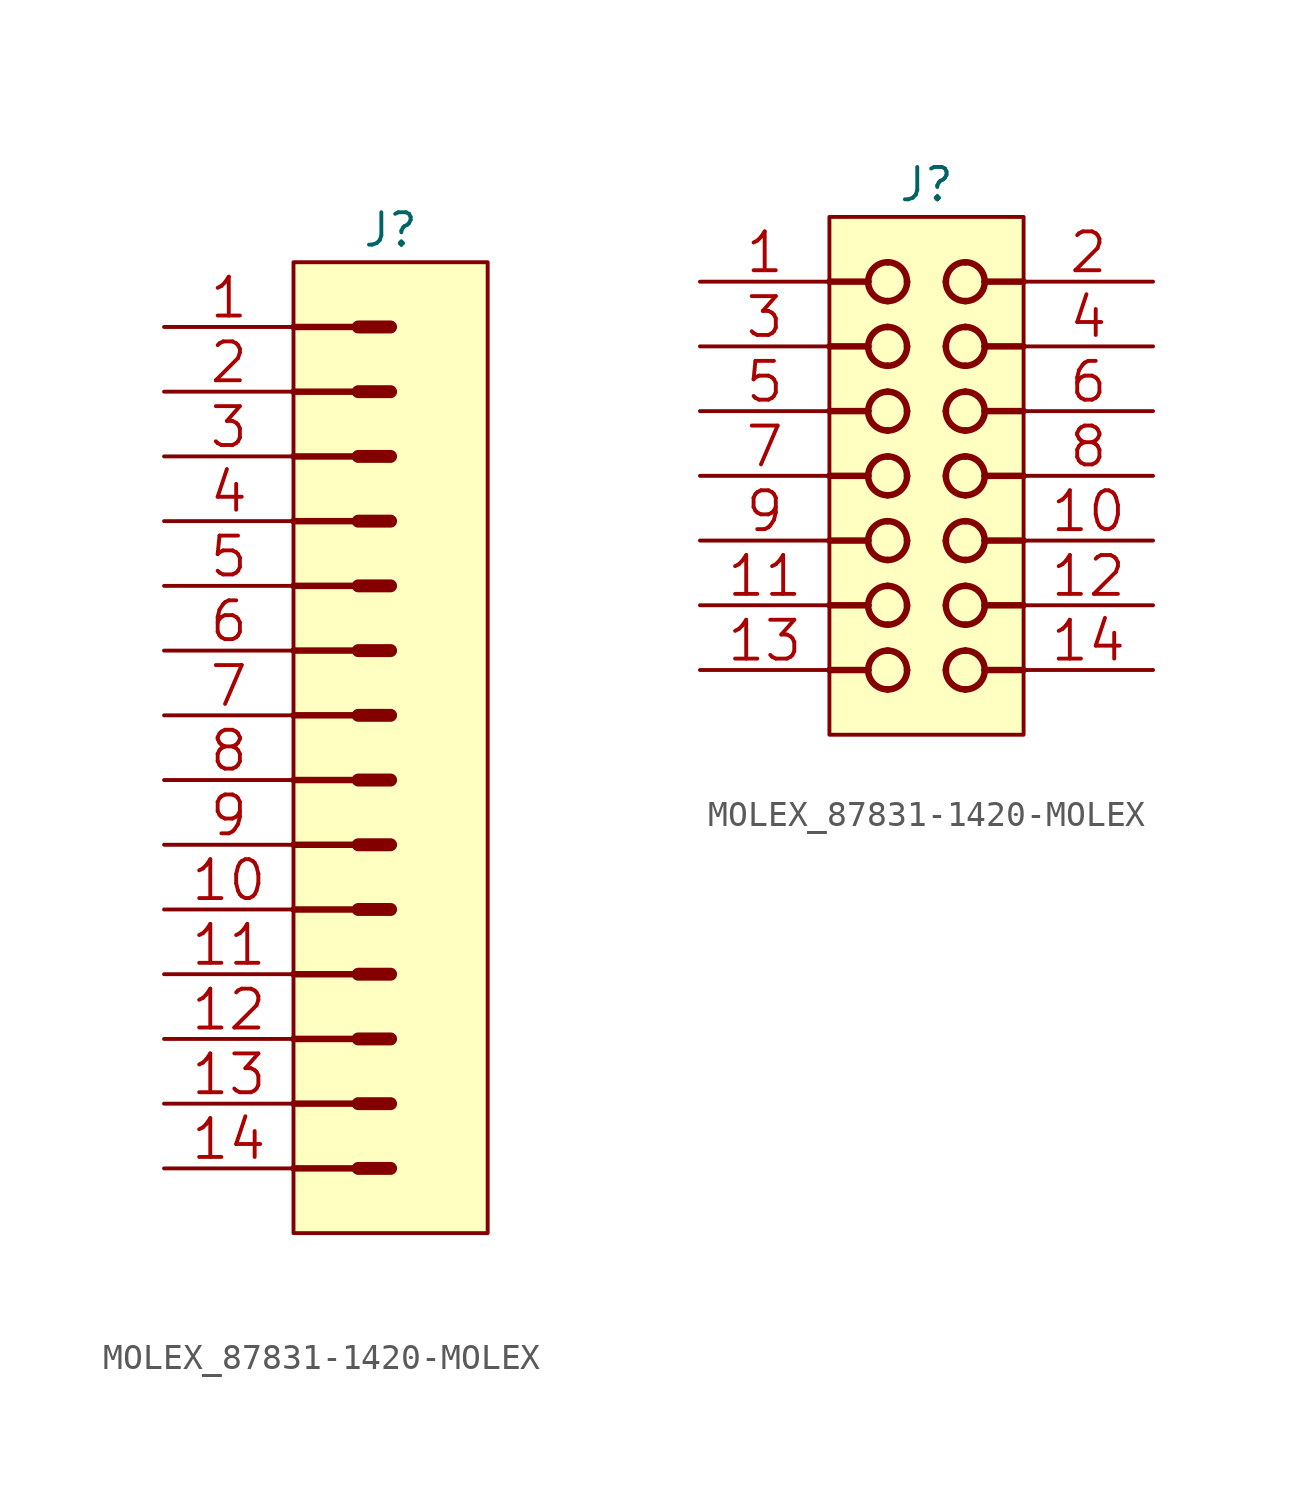
<source format=kicad_sym>
(kicad_symbol_lib
  (version 20211014)
  (generator kicad_symbol_editor)
  (symbol "MOLEX_87831-1420-MOLEX"
    (pin_names
      (offset 1.524))
    (property "Reference" "J"
      (at 3.81 1.27 0)
      (effects (font (size 1.27 1.27))))
    (property "ki_locked" ""
      (at 0 0 0)
      (effects (font (size 1.27 1.27))))
    (symbol "MOLEX_87831-1420-MOLEX_0_1"
      (rectangle (start 0 -38.1) (end 7.62 0) (stroke (width 0) (type default) (color 0 0 0 0)) (fill (type background)))
      (polyline (pts (xy 0 -35.56) (xy 2.54 -35.56)) (stroke (width 0.254) (type default) (color 0 0 0 0)) (fill (type none)))
      (polyline (pts (xy 0 -33.02) (xy 2.54 -33.02)) (stroke (width 0.254) (type default) (color 0 0 0 0)) (fill (type none)))
      (polyline (pts (xy 0 -30.48) (xy 2.54 -30.48)) (stroke (width 0.254) (type default) (color 0 0 0 0)) (fill (type none)))
      (polyline (pts (xy 0 -27.94) (xy 2.54 -27.94)) (stroke (width 0.254) (type default) (color 0 0 0 0)) (fill (type none)))
      (polyline (pts (xy 0 -25.4) (xy 2.54 -25.4)) (stroke (width 0.254) (type default) (color 0 0 0 0)) (fill (type none)))
      (polyline (pts (xy 0 -22.86) (xy 2.54 -22.86)) (stroke (width 0.254) (type default) (color 0 0 0 0)) (fill (type none)))
      (polyline (pts (xy 0 -20.32) (xy 2.54 -20.32)) (stroke (width 0.254) (type default) (color 0 0 0 0)) (fill (type none)))
      (polyline (pts (xy 0 -17.78) (xy 2.54 -17.78)) (stroke (width 0.254) (type default) (color 0 0 0 0)) (fill (type none)))
      (polyline (pts (xy 0 -15.24) (xy 2.54 -15.24)) (stroke (width 0.254) (type default) (color 0 0 0 0)) (fill (type none)))
      (polyline (pts (xy 0 -12.7) (xy 2.54 -12.7)) (stroke (width 0.254) (type default) (color 0 0 0 0)) (fill (type none)))
      (polyline (pts (xy 0 -10.16) (xy 2.54 -10.16)) (stroke (width 0.254) (type default) (color 0 0 0 0)) (fill (type none)))
      (polyline (pts (xy 0 -7.62) (xy 2.54 -7.62)) (stroke (width 0.254) (type default) (color 0 0 0 0)) (fill (type none)))
      (polyline (pts (xy 0 -5.08) (xy 2.54 -5.08)) (stroke (width 0.254) (type default) (color 0 0 0 0)) (fill (type none)))
      (polyline (pts (xy 0 -2.54) (xy 2.54 -2.54)) (stroke (width 0.254) (type default) (color 0 0 0 0)) (fill (type none)))
      (polyline (pts (xy 3.81 -35.56) (xy 2.54 -35.56)) (stroke (width 0.508) (type default) (color 0 0 0 0)) (fill (type none)))
      (polyline (pts (xy 3.81 -33.02) (xy 2.54 -33.02)) (stroke (width 0.508) (type default) (color 0 0 0 0)) (fill (type none)))
      (polyline (pts (xy 3.81 -30.48) (xy 2.54 -30.48)) (stroke (width 0.508) (type default) (color 0 0 0 0)) (fill (type none)))
      (polyline (pts (xy 3.81 -27.94) (xy 2.54 -27.94)) (stroke (width 0.508) (type default) (color 0 0 0 0)) (fill (type none)))
      (polyline (pts (xy 3.81 -25.4) (xy 2.54 -25.4)) (stroke (width 0.508) (type default) (color 0 0 0 0)) (fill (type none)))
      (polyline (pts (xy 3.81 -22.86) (xy 2.54 -22.86)) (stroke (width 0.508) (type default) (color 0 0 0 0)) (fill (type none)))
      (polyline (pts (xy 3.81 -20.32) (xy 2.54 -20.32)) (stroke (width 0.508) (type default) (color 0 0 0 0)) (fill (type none)))
      (polyline (pts (xy 3.81 -17.78) (xy 2.54 -17.78)) (stroke (width 0.508) (type default) (color 0 0 0 0)) (fill (type none)))
      (polyline (pts (xy 3.81 -15.24) (xy 2.54 -15.24)) (stroke (width 0.508) (type default) (color 0 0 0 0)) (fill (type none)))
      (polyline (pts (xy 3.81 -12.7) (xy 2.54 -12.7)) (stroke (width 0.508) (type default) (color 0 0 0 0)) (fill (type none)))
      (polyline (pts (xy 3.81 -10.16) (xy 2.54 -10.16)) (stroke (width 0.508) (type default) (color 0 0 0 0)) (fill (type none)))
      (polyline (pts (xy 3.81 -7.62) (xy 2.54 -7.62)) (stroke (width 0.508) (type default) (color 0 0 0 0)) (fill (type none)))
      (polyline (pts (xy 3.81 -5.08) (xy 2.54 -5.08)) (stroke (width 0.508) (type default) (color 0 0 0 0)) (fill (type none)))
      (polyline (pts (xy 3.81 -2.54) (xy 2.54 -2.54)) (stroke (width 0.508) (type default) (color 0 0 0 0)) (fill (type none)))
      (pin passive line (at -5.08 -2.54 0) (length 5.08) (name "1" (effects (font (size 0 0)))) (number "1" (effects (font (size 1.524 1.524)))))
      (pin passive line (at -5.08 -25.4 0) (length 5.08) (name "10" (effects (font (size 0 0)))) (number "10" (effects (font (size 1.524 1.524)))))
      (pin passive line (at -5.08 -27.94 0) (length 5.08) (name "11" (effects (font (size 0 0)))) (number "11" (effects (font (size 1.524 1.524)))))
      (pin passive line (at -5.08 -30.48 0) (length 5.08) (name "12" (effects (font (size 0 0)))) (number "12" (effects (font (size 1.524 1.524)))))
      (pin passive line (at -5.08 -33.02 0) (length 5.08) (name "13" (effects (font (size 0 0)))) (number "13" (effects (font (size 1.524 1.524)))))
      (pin passive line (at -5.08 -35.56 0) (length 5.08) (name "14" (effects (font (size 0 0)))) (number "14" (effects (font (size 1.524 1.524)))))
      (pin passive line (at -5.08 -5.08 0) (length 5.08) (name "2" (effects (font (size 0 0)))) (number "2" (effects (font (size 1.524 1.524)))))
      (pin passive line (at -5.08 -7.62 0) (length 5.08) (name "3" (effects (font (size 0 0)))) (number "3" (effects (font (size 1.524 1.524)))))
      (pin passive line (at -5.08 -10.16 0) (length 5.08) (name "4" (effects (font (size 0 0)))) (number "4" (effects (font (size 1.524 1.524)))))
      (pin passive line (at -5.08 -12.7 0) (length 5.08) (name "5" (effects (font (size 0 0)))) (number "5" (effects (font (size 1.524 1.524)))))
      (pin passive line (at -5.08 -15.24 0) (length 5.08) (name "6" (effects (font (size 0 0)))) (number "6" (effects (font (size 1.524 1.524)))))
      (pin passive line (at -5.08 -17.78 0) (length 5.08) (name "7" (effects (font (size 0 0)))) (number "7" (effects (font (size 1.524 1.524)))))
      (pin passive line (at -5.08 -20.32 0) (length 5.08) (name "8" (effects (font (size 0 0)))) (number "8" (effects (font (size 1.524 1.524)))))
      (pin passive line (at -5.08 -22.86 0) (length 5.08) (name "9" (effects (font (size 0 0)))) (number "9" (effects (font (size 1.524 1.524))))))
    (symbol "MOLEX_87831-1420-MOLEX_0_2"
      (rectangle (start 0 -20.32) (end 7.62 0) (stroke (width 0) (type default) (color 0 0 0 0)) (fill (type background)))
      (polyline (pts (xy 0 -17.78) (xy 1.524 -17.78)) (stroke (width 0.254) (type default) (color 0 0 0 0)) (fill (type none)))
      (polyline (pts (xy 0 -15.24) (xy 1.524 -15.24)) (stroke (width 0.254) (type default) (color 0 0 0 0)) (fill (type none)))
      (polyline (pts (xy 0 -12.7) (xy 1.524 -12.7)) (stroke (width 0.254) (type default) (color 0 0 0 0)) (fill (type none)))
      (polyline (pts (xy 0 -10.16) (xy 1.524 -10.16)) (stroke (width 0.254) (type default) (color 0 0 0 0)) (fill (type none)))
      (polyline (pts (xy 0 -7.62) (xy 1.524 -7.62)) (stroke (width 0.254) (type default) (color 0 0 0 0)) (fill (type none)))
      (polyline (pts (xy 0 -5.08) (xy 1.524 -5.08)) (stroke (width 0.254) (type default) (color 0 0 0 0)) (fill (type none)))
      (polyline (pts (xy 0 -2.54) (xy 1.524 -2.54)) (stroke (width 0.254) (type default) (color 0 0 0 0)) (fill (type none)))
      (polyline (pts (xy 1.524 -17.78) (xy 1.524 -17.78)) (stroke (width 0.254) (type default) (color 0 0 0 0)) (fill (type none)))
      (polyline (pts (xy 1.524 -15.24) (xy 1.524 -15.24)) (stroke (width 0.254) (type default) (color 0 0 0 0)) (fill (type none)))
      (polyline (pts (xy 1.524 -12.7) (xy 1.524 -12.7)) (stroke (width 0.254) (type default) (color 0 0 0 0)) (fill (type none)))
      (polyline (pts (xy 1.524 -10.16) (xy 1.524 -10.16)) (stroke (width 0.254) (type default) (color 0 0 0 0)) (fill (type none)))
      (polyline (pts (xy 1.524 -7.62) (xy 1.524 -7.62)) (stroke (width 0.254) (type default) (color 0 0 0 0)) (fill (type none)))
      (polyline (pts (xy 1.524 -5.08) (xy 1.524 -5.08)) (stroke (width 0.254) (type default) (color 0 0 0 0)) (fill (type none)))
      (polyline (pts (xy 1.524 -2.54) (xy 1.524 -2.54)) (stroke (width 0.254) (type default) (color 0 0 0 0)) (fill (type none)))
      (polyline (pts (xy 2.286 -18.542) (xy 2.286 -18.542)) (stroke (width 0.254) (type default) (color 0 0 0 0)) (fill (type none)))
      (polyline (pts (xy 2.286 -17.018) (xy 2.286 -17.018)) (stroke (width 0.254) (type default) (color 0 0 0 0)) (fill (type none)))
      (polyline (pts (xy 2.286 -16.002) (xy 2.286 -16.002)) (stroke (width 0.254) (type default) (color 0 0 0 0)) (fill (type none)))
      (polyline (pts (xy 2.286 -14.478) (xy 2.286 -14.478)) (stroke (width 0.254) (type default) (color 0 0 0 0)) (fill (type none)))
      (polyline (pts (xy 2.286 -13.462) (xy 2.286 -13.462)) (stroke (width 0.254) (type default) (color 0 0 0 0)) (fill (type none)))
      (polyline (pts (xy 2.286 -11.938) (xy 2.286 -11.938)) (stroke (width 0.254) (type default) (color 0 0 0 0)) (fill (type none)))
      (polyline (pts (xy 2.286 -10.922) (xy 2.286 -10.922)) (stroke (width 0.254) (type default) (color 0 0 0 0)) (fill (type none)))
      (polyline (pts (xy 2.286 -9.398) (xy 2.286 -9.398)) (stroke (width 0.254) (type default) (color 0 0 0 0)) (fill (type none)))
      (polyline (pts (xy 2.286 -8.382) (xy 2.286 -8.382)) (stroke (width 0.254) (type default) (color 0 0 0 0)) (fill (type none)))
      (polyline (pts (xy 2.286 -6.858) (xy 2.286 -6.858)) (stroke (width 0.254) (type default) (color 0 0 0 0)) (fill (type none)))
      (polyline (pts (xy 2.286 -5.842) (xy 2.286 -5.842)) (stroke (width 0.254) (type default) (color 0 0 0 0)) (fill (type none)))
      (polyline (pts (xy 2.286 -4.318) (xy 2.286 -4.318)) (stroke (width 0.254) (type default) (color 0 0 0 0)) (fill (type none)))
      (polyline (pts (xy 2.286 -3.302) (xy 2.286 -3.302)) (stroke (width 0.254) (type default) (color 0 0 0 0)) (fill (type none)))
      (polyline (pts (xy 2.286 -1.778) (xy 2.286 -1.778)) (stroke (width 0.254) (type default) (color 0 0 0 0)) (fill (type none)))
      (polyline (pts (xy 3.048 -17.78) (xy 3.048 -17.78)) (stroke (width 0.254) (type default) (color 0 0 0 0)) (fill (type none)))
      (polyline (pts (xy 3.048 -15.24) (xy 3.048 -15.24)) (stroke (width 0.254) (type default) (color 0 0 0 0)) (fill (type none)))
      (polyline (pts (xy 3.048 -12.7) (xy 3.048 -12.7)) (stroke (width 0.254) (type default) (color 0 0 0 0)) (fill (type none)))
      (polyline (pts (xy 3.048 -10.16) (xy 3.048 -10.16)) (stroke (width 0.254) (type default) (color 0 0 0 0)) (fill (type none)))
      (polyline (pts (xy 3.048 -7.62) (xy 3.048 -7.62)) (stroke (width 0.254) (type default) (color 0 0 0 0)) (fill (type none)))
      (polyline (pts (xy 3.048 -5.08) (xy 3.048 -5.08)) (stroke (width 0.254) (type default) (color 0 0 0 0)) (fill (type none)))
      (polyline (pts (xy 3.048 -2.54) (xy 3.048 -2.54)) (stroke (width 0.254) (type default) (color 0 0 0 0)) (fill (type none)))
      (polyline (pts (xy 4.572 -17.78) (xy 4.572 -17.78)) (stroke (width 0.254) (type default) (color 0 0 0 0)) (fill (type none)))
      (polyline (pts (xy 4.572 -15.24) (xy 4.572 -15.24)) (stroke (width 0.254) (type default) (color 0 0 0 0)) (fill (type none)))
      (polyline (pts (xy 4.572 -12.7) (xy 4.572 -12.7)) (stroke (width 0.254) (type default) (color 0 0 0 0)) (fill (type none)))
      (polyline (pts (xy 4.572 -10.16) (xy 4.572 -10.16)) (stroke (width 0.254) (type default) (color 0 0 0 0)) (fill (type none)))
      (polyline (pts (xy 4.572 -7.62) (xy 4.572 -7.62)) (stroke (width 0.254) (type default) (color 0 0 0 0)) (fill (type none)))
      (polyline (pts (xy 4.572 -5.08) (xy 4.572 -5.08)) (stroke (width 0.254) (type default) (color 0 0 0 0)) (fill (type none)))
      (polyline (pts (xy 4.572 -2.54) (xy 4.572 -2.54)) (stroke (width 0.254) (type default) (color 0 0 0 0)) (fill (type none)))
      (polyline (pts (xy 5.334 -18.542) (xy 5.334 -18.542)) (stroke (width 0.254) (type default) (color 0 0 0 0)) (fill (type none)))
      (polyline (pts (xy 5.334 -17.018) (xy 5.334 -17.018)) (stroke (width 0.254) (type default) (color 0 0 0 0)) (fill (type none)))
      (polyline (pts (xy 5.334 -16.002) (xy 5.334 -16.002)) (stroke (width 0.254) (type default) (color 0 0 0 0)) (fill (type none)))
      (polyline (pts (xy 5.334 -14.478) (xy 5.334 -14.478)) (stroke (width 0.254) (type default) (color 0 0 0 0)) (fill (type none)))
      (polyline (pts (xy 5.334 -13.462) (xy 5.334 -13.462)) (stroke (width 0.254) (type default) (color 0 0 0 0)) (fill (type none)))
      (polyline (pts (xy 5.334 -11.938) (xy 5.334 -11.938)) (stroke (width 0.254) (type default) (color 0 0 0 0)) (fill (type none)))
      (polyline (pts (xy 5.334 -10.922) (xy 5.334 -10.922)) (stroke (width 0.254) (type default) (color 0 0 0 0)) (fill (type none)))
      (polyline (pts (xy 5.334 -9.398) (xy 5.334 -9.398)) (stroke (width 0.254) (type default) (color 0 0 0 0)) (fill (type none)))
      (polyline (pts (xy 5.334 -8.382) (xy 5.334 -8.382)) (stroke (width 0.254) (type default) (color 0 0 0 0)) (fill (type none)))
      (polyline (pts (xy 5.334 -6.858) (xy 5.334 -6.858)) (stroke (width 0.254) (type default) (color 0 0 0 0)) (fill (type none)))
      (polyline (pts (xy 5.334 -5.842) (xy 5.334 -5.842)) (stroke (width 0.254) (type default) (color 0 0 0 0)) (fill (type none)))
      (polyline (pts (xy 5.334 -4.318) (xy 5.334 -4.318)) (stroke (width 0.254) (type default) (color 0 0 0 0)) (fill (type none)))
      (polyline (pts (xy 5.334 -3.302) (xy 5.334 -3.302)) (stroke (width 0.254) (type default) (color 0 0 0 0)) (fill (type none)))
      (polyline (pts (xy 5.334 -1.778) (xy 5.334 -1.778)) (stroke (width 0.254) (type default) (color 0 0 0 0)) (fill (type none)))
      (polyline (pts (xy 6.096 -17.78) (xy 6.096 -17.78)) (stroke (width 0.254) (type default) (color 0 0 0 0)) (fill (type none)))
      (polyline (pts (xy 6.096 -15.24) (xy 6.096 -15.24)) (stroke (width 0.254) (type default) (color 0 0 0 0)) (fill (type none)))
      (polyline (pts (xy 6.096 -12.7) (xy 6.096 -12.7)) (stroke (width 0.254) (type default) (color 0 0 0 0)) (fill (type none)))
      (polyline (pts (xy 6.096 -10.16) (xy 6.096 -10.16)) (stroke (width 0.254) (type default) (color 0 0 0 0)) (fill (type none)))
      (polyline (pts (xy 6.096 -7.62) (xy 6.096 -7.62)) (stroke (width 0.254) (type default) (color 0 0 0 0)) (fill (type none)))
      (polyline (pts (xy 6.096 -5.08) (xy 6.096 -5.08)) (stroke (width 0.254) (type default) (color 0 0 0 0)) (fill (type none)))
      (polyline (pts (xy 6.096 -2.54) (xy 6.096 -2.54)) (stroke (width 0.254) (type default) (color 0 0 0 0)) (fill (type none)))
      (polyline (pts (xy 7.62 -17.78) (xy 6.096 -17.78)) (stroke (width 0.254) (type default) (color 0 0 0 0)) (fill (type none)))
      (polyline (pts (xy 7.62 -15.24) (xy 6.096 -15.24)) (stroke (width 0.254) (type default) (color 0 0 0 0)) (fill (type none)))
      (polyline (pts (xy 7.62 -12.7) (xy 6.096 -12.7)) (stroke (width 0.254) (type default) (color 0 0 0 0)) (fill (type none)))
      (polyline (pts (xy 7.62 -10.16) (xy 6.096 -10.16)) (stroke (width 0.254) (type default) (color 0 0 0 0)) (fill (type none)))
      (polyline (pts (xy 7.62 -7.62) (xy 6.096 -7.62)) (stroke (width 0.254) (type default) (color 0 0 0 0)) (fill (type none)))
      (polyline (pts (xy 7.62 -5.08) (xy 6.096 -5.08)) (stroke (width 0.254) (type default) (color 0 0 0 0)) (fill (type none)))
      (polyline (pts (xy 7.62 -2.54) (xy 6.096 -2.54)) (stroke (width 0.254) (type default) (color 0 0 0 0)) (fill (type none)))
      (arc (start 1.524 -17.78) (mid 1.7472 -18.3188) (end 2.286 -18.542) (stroke (width 0.254) (type default) (color 0 0 0 0)) (fill (type none)))
      (arc (start 1.524 -15.24) (mid 1.7472 -15.7788) (end 2.286 -16.002) (stroke (width 0.254) (type default) (color 0 0 0 0)) (fill (type none)))
      (arc (start 1.524 -12.7) (mid 1.7472 -13.2388) (end 2.286 -13.462) (stroke (width 0.254) (type default) (color 0 0 0 0)) (fill (type none)))
      (arc (start 1.524 -10.16) (mid 1.7472 -10.6988) (end 2.286 -10.922) (stroke (width 0.254) (type default) (color 0 0 0 0)) (fill (type none)))
      (arc (start 1.524 -7.62) (mid 1.7472 -8.1588) (end 2.286 -8.382) (stroke (width 0.254) (type default) (color 0 0 0 0)) (fill (type none)))
      (arc (start 1.524 -5.08) (mid 1.7472 -5.6188) (end 2.286 -5.842) (stroke (width 0.254) (type default) (color 0 0 0 0)) (fill (type none)))
      (arc (start 1.524 -2.54) (mid 1.7472 -3.0788) (end 2.286 -3.302) (stroke (width 0.254) (type default) (color 0 0 0 0)) (fill (type none)))
      (arc (start 2.286 -18.542) (mid 2.8248 -18.3188) (end 3.048 -17.78) (stroke (width 0.254) (type default) (color 0 0 0 0)) (fill (type none)))
      (arc (start 2.286 -17.018) (mid 1.7472 -17.2412) (end 1.524 -17.78) (stroke (width 0.254) (type default) (color 0 0 0 0)) (fill (type none)))
      (arc (start 2.286 -16.002) (mid 2.8248 -15.7788) (end 3.048 -15.24) (stroke (width 0.254) (type default) (color 0 0 0 0)) (fill (type none)))
      (arc (start 2.286 -14.478) (mid 1.7472 -14.7012) (end 1.524 -15.24) (stroke (width 0.254) (type default) (color 0 0 0 0)) (fill (type none)))
      (arc (start 2.286 -13.462) (mid 2.8248 -13.2388) (end 3.048 -12.7) (stroke (width 0.254) (type default) (color 0 0 0 0)) (fill (type none)))
      (arc (start 2.286 -11.938) (mid 1.7472 -12.1612) (end 1.524 -12.7) (stroke (width 0.254) (type default) (color 0 0 0 0)) (fill (type none)))
      (arc (start 2.286 -10.922) (mid 2.8248 -10.6988) (end 3.048 -10.16) (stroke (width 0.254) (type default) (color 0 0 0 0)) (fill (type none)))
      (arc (start 2.286 -9.398) (mid 1.7472 -9.6212) (end 1.524 -10.16) (stroke (width 0.254) (type default) (color 0 0 0 0)) (fill (type none)))
      (arc (start 2.286 -8.382) (mid 2.8248 -8.1588) (end 3.048 -7.62) (stroke (width 0.254) (type default) (color 0 0 0 0)) (fill (type none)))
      (arc (start 2.286 -6.858) (mid 1.7472 -7.0812) (end 1.524 -7.62) (stroke (width 0.254) (type default) (color 0 0 0 0)) (fill (type none)))
      (arc (start 2.286 -5.842) (mid 2.8248 -5.6188) (end 3.048 -5.08) (stroke (width 0.254) (type default) (color 0 0 0 0)) (fill (type none)))
      (arc (start 2.286 -4.318) (mid 1.7472 -4.5412) (end 1.524 -5.08) (stroke (width 0.254) (type default) (color 0 0 0 0)) (fill (type none)))
      (arc (start 2.286 -3.302) (mid 2.8248 -3.0788) (end 3.048 -2.54) (stroke (width 0.254) (type default) (color 0 0 0 0)) (fill (type none)))
      (arc (start 2.286 -1.778) (mid 1.7472 -2.0012) (end 1.524 -2.54) (stroke (width 0.254) (type default) (color 0 0 0 0)) (fill (type none)))
      (arc (start 3.048 -17.78) (mid 2.8248 -17.2412) (end 2.286 -17.018) (stroke (width 0.254) (type default) (color 0 0 0 0)) (fill (type none)))
      (arc (start 3.048 -15.24) (mid 2.8248 -14.7012) (end 2.286 -14.478) (stroke (width 0.254) (type default) (color 0 0 0 0)) (fill (type none)))
      (arc (start 3.048 -12.7) (mid 2.8248 -12.1612) (end 2.286 -11.938) (stroke (width 0.254) (type default) (color 0 0 0 0)) (fill (type none)))
      (arc (start 3.048 -10.16) (mid 2.8248 -9.6212) (end 2.286 -9.398) (stroke (width 0.254) (type default) (color 0 0 0 0)) (fill (type none)))
      (arc (start 3.048 -7.62) (mid 2.8248 -7.0812) (end 2.286 -6.858) (stroke (width 0.254) (type default) (color 0 0 0 0)) (fill (type none)))
      (arc (start 3.048 -5.08) (mid 2.8248 -4.5412) (end 2.286 -4.318) (stroke (width 0.254) (type default) (color 0 0 0 0)) (fill (type none)))
      (arc (start 3.048 -2.54) (mid 2.8248 -2.0012) (end 2.286 -1.778) (stroke (width 0.254) (type default) (color 0 0 0 0)) (fill (type none)))
      (arc (start 4.572 -17.78) (mid 4.7952 -18.3188) (end 5.334 -18.542) (stroke (width 0.254) (type default) (color 0 0 0 0)) (fill (type none)))
      (arc (start 4.572 -15.24) (mid 4.7952 -15.7788) (end 5.334 -16.002) (stroke (width 0.254) (type default) (color 0 0 0 0)) (fill (type none)))
      (arc (start 4.572 -12.7) (mid 4.7952 -13.2388) (end 5.334 -13.462) (stroke (width 0.254) (type default) (color 0 0 0 0)) (fill (type none)))
      (arc (start 4.572 -10.16) (mid 4.7952 -10.6988) (end 5.334 -10.922) (stroke (width 0.254) (type default) (color 0 0 0 0)) (fill (type none)))
      (arc (start 4.572 -7.62) (mid 4.7952 -8.1588) (end 5.334 -8.382) (stroke (width 0.254) (type default) (color 0 0 0 0)) (fill (type none)))
      (arc (start 4.572 -5.08) (mid 4.7952 -5.6188) (end 5.334 -5.842) (stroke (width 0.254) (type default) (color 0 0 0 0)) (fill (type none)))
      (arc (start 4.572 -2.54) (mid 4.7952 -3.0788) (end 5.334 -3.302) (stroke (width 0.254) (type default) (color 0 0 0 0)) (fill (type none)))
      (arc (start 5.334 -18.542) (mid 5.8728 -18.3188) (end 6.096 -17.78) (stroke (width 0.254) (type default) (color 0 0 0 0)) (fill (type none)))
      (arc (start 5.334 -17.018) (mid 4.7952 -17.2412) (end 4.572 -17.78) (stroke (width 0.254) (type default) (color 0 0 0 0)) (fill (type none)))
      (arc (start 5.334 -16.002) (mid 5.8728 -15.7788) (end 6.096 -15.24) (stroke (width 0.254) (type default) (color 0 0 0 0)) (fill (type none)))
      (arc (start 5.334 -14.478) (mid 4.7952 -14.7012) (end 4.572 -15.24) (stroke (width 0.254) (type default) (color 0 0 0 0)) (fill (type none)))
      (arc (start 5.334 -13.462) (mid 5.8728 -13.2388) (end 6.096 -12.7) (stroke (width 0.254) (type default) (color 0 0 0 0)) (fill (type none)))
      (arc (start 5.334 -11.938) (mid 4.7952 -12.1612) (end 4.572 -12.7) (stroke (width 0.254) (type default) (color 0 0 0 0)) (fill (type none)))
      (arc (start 5.334 -10.922) (mid 5.8728 -10.6988) (end 6.096 -10.16) (stroke (width 0.254) (type default) (color 0 0 0 0)) (fill (type none)))
      (arc (start 5.334 -9.398) (mid 4.7952 -9.6212) (end 4.572 -10.16) (stroke (width 0.254) (type default) (color 0 0 0 0)) (fill (type none)))
      (arc (start 5.334 -8.382) (mid 5.8728 -8.1588) (end 6.096 -7.62) (stroke (width 0.254) (type default) (color 0 0 0 0)) (fill (type none)))
      (arc (start 5.334 -6.858) (mid 4.7952 -7.0812) (end 4.572 -7.62) (stroke (width 0.254) (type default) (color 0 0 0 0)) (fill (type none)))
      (arc (start 5.334 -5.842) (mid 5.8728 -5.6188) (end 6.096 -5.08) (stroke (width 0.254) (type default) (color 0 0 0 0)) (fill (type none)))
      (arc (start 5.334 -4.318) (mid 4.7952 -4.5412) (end 4.572 -5.08) (stroke (width 0.254) (type default) (color 0 0 0 0)) (fill (type none)))
      (arc (start 5.334 -3.302) (mid 5.8728 -3.0788) (end 6.096 -2.54) (stroke (width 0.254) (type default) (color 0 0 0 0)) (fill (type none)))
      (arc (start 5.334 -1.778) (mid 4.7952 -2.0012) (end 4.572 -2.54) (stroke (width 0.254) (type default) (color 0 0 0 0)) (fill (type none)))
      (arc (start 6.096 -17.78) (mid 5.8728 -17.2412) (end 5.334 -17.018) (stroke (width 0.254) (type default) (color 0 0 0 0)) (fill (type none)))
      (arc (start 6.096 -15.24) (mid 5.8728 -14.7012) (end 5.334 -14.478) (stroke (width 0.254) (type default) (color 0 0 0 0)) (fill (type none)))
      (arc (start 6.096 -12.7) (mid 5.8728 -12.1612) (end 5.334 -11.938) (stroke (width 0.254) (type default) (color 0 0 0 0)) (fill (type none)))
      (arc (start 6.096 -10.16) (mid 5.8728 -9.6212) (end 5.334 -9.398) (stroke (width 0.254) (type default) (color 0 0 0 0)) (fill (type none)))
      (arc (start 6.096 -7.62) (mid 5.8728 -7.0812) (end 5.334 -6.858) (stroke (width 0.254) (type default) (color 0 0 0 0)) (fill (type none)))
      (arc (start 6.096 -5.08) (mid 5.8728 -4.5412) (end 5.334 -4.318) (stroke (width 0.254) (type default) (color 0 0 0 0)) (fill (type none)))
      (arc (start 6.096 -2.54) (mid 5.8728 -2.0012) (end 5.334 -1.778) (stroke (width 0.254) (type default) (color 0 0 0 0)) (fill (type none)))
      (pin passive line (at -5.08 -2.54 0) (length 5.08) (name "1" (effects (font (size 0 0)))) (number "1" (effects (font (size 1.524 1.524)))))
      (pin passive line (at 12.7 -12.7 180) (length 5.08) (name "10" (effects (font (size 0 0)))) (number "10" (effects (font (size 1.524 1.524)))))
      (pin passive line (at -5.08 -15.24 0) (length 5.08) (name "11" (effects (font (size 0 0)))) (number "11" (effects (font (size 1.524 1.524)))))
      (pin passive line (at 12.7 -15.24 180) (length 5.08) (name "12" (effects (font (size 0 0)))) (number "12" (effects (font (size 1.524 1.524)))))
      (pin passive line (at -5.08 -17.78 0) (length 5.08) (name "13" (effects (font (size 0 0)))) (number "13" (effects (font (size 1.524 1.524)))))
      (pin passive line (at 12.7 -17.78 180) (length 5.08) (name "14" (effects (font (size 0 0)))) (number "14" (effects (font (size 1.524 1.524)))))
      (pin passive line (at 12.7 -2.54 180) (length 5.08) (name "2" (effects (font (size 0 0)))) (number "2" (effects (font (size 1.524 1.524)))))
      (pin passive line (at -5.08 -5.08 0) (length 5.08) (name "3" (effects (font (size 0 0)))) (number "3" (effects (font (size 1.524 1.524)))))
      (pin passive line (at 12.7 -5.08 180) (length 5.08) (name "4" (effects (font (size 0 0)))) (number "4" (effects (font (size 1.524 1.524)))))
      (pin passive line (at -5.08 -7.62 0) (length 5.08) (name "5" (effects (font (size 0 0)))) (number "5" (effects (font (size 1.524 1.524)))))
      (pin passive line (at 12.7 -7.62 180) (length 5.08) (name "6" (effects (font (size 0 0)))) (number "6" (effects (font (size 1.524 1.524)))))
      (pin passive line (at -5.08 -10.16 0) (length 5.08) (name "7" (effects (font (size 0 0)))) (number "7" (effects (font (size 1.524 1.524)))))
      (pin passive line (at 12.7 -10.16 180) (length 5.08) (name "8" (effects (font (size 0 0)))) (number "8" (effects (font (size 1.524 1.524)))))
      (pin passive line (at -5.08 -12.7 0) (length 5.08) (name "9" (effects (font (size 0 0)))) (number "9" (effects (font (size 1.524 1.524))))))))
</source>
